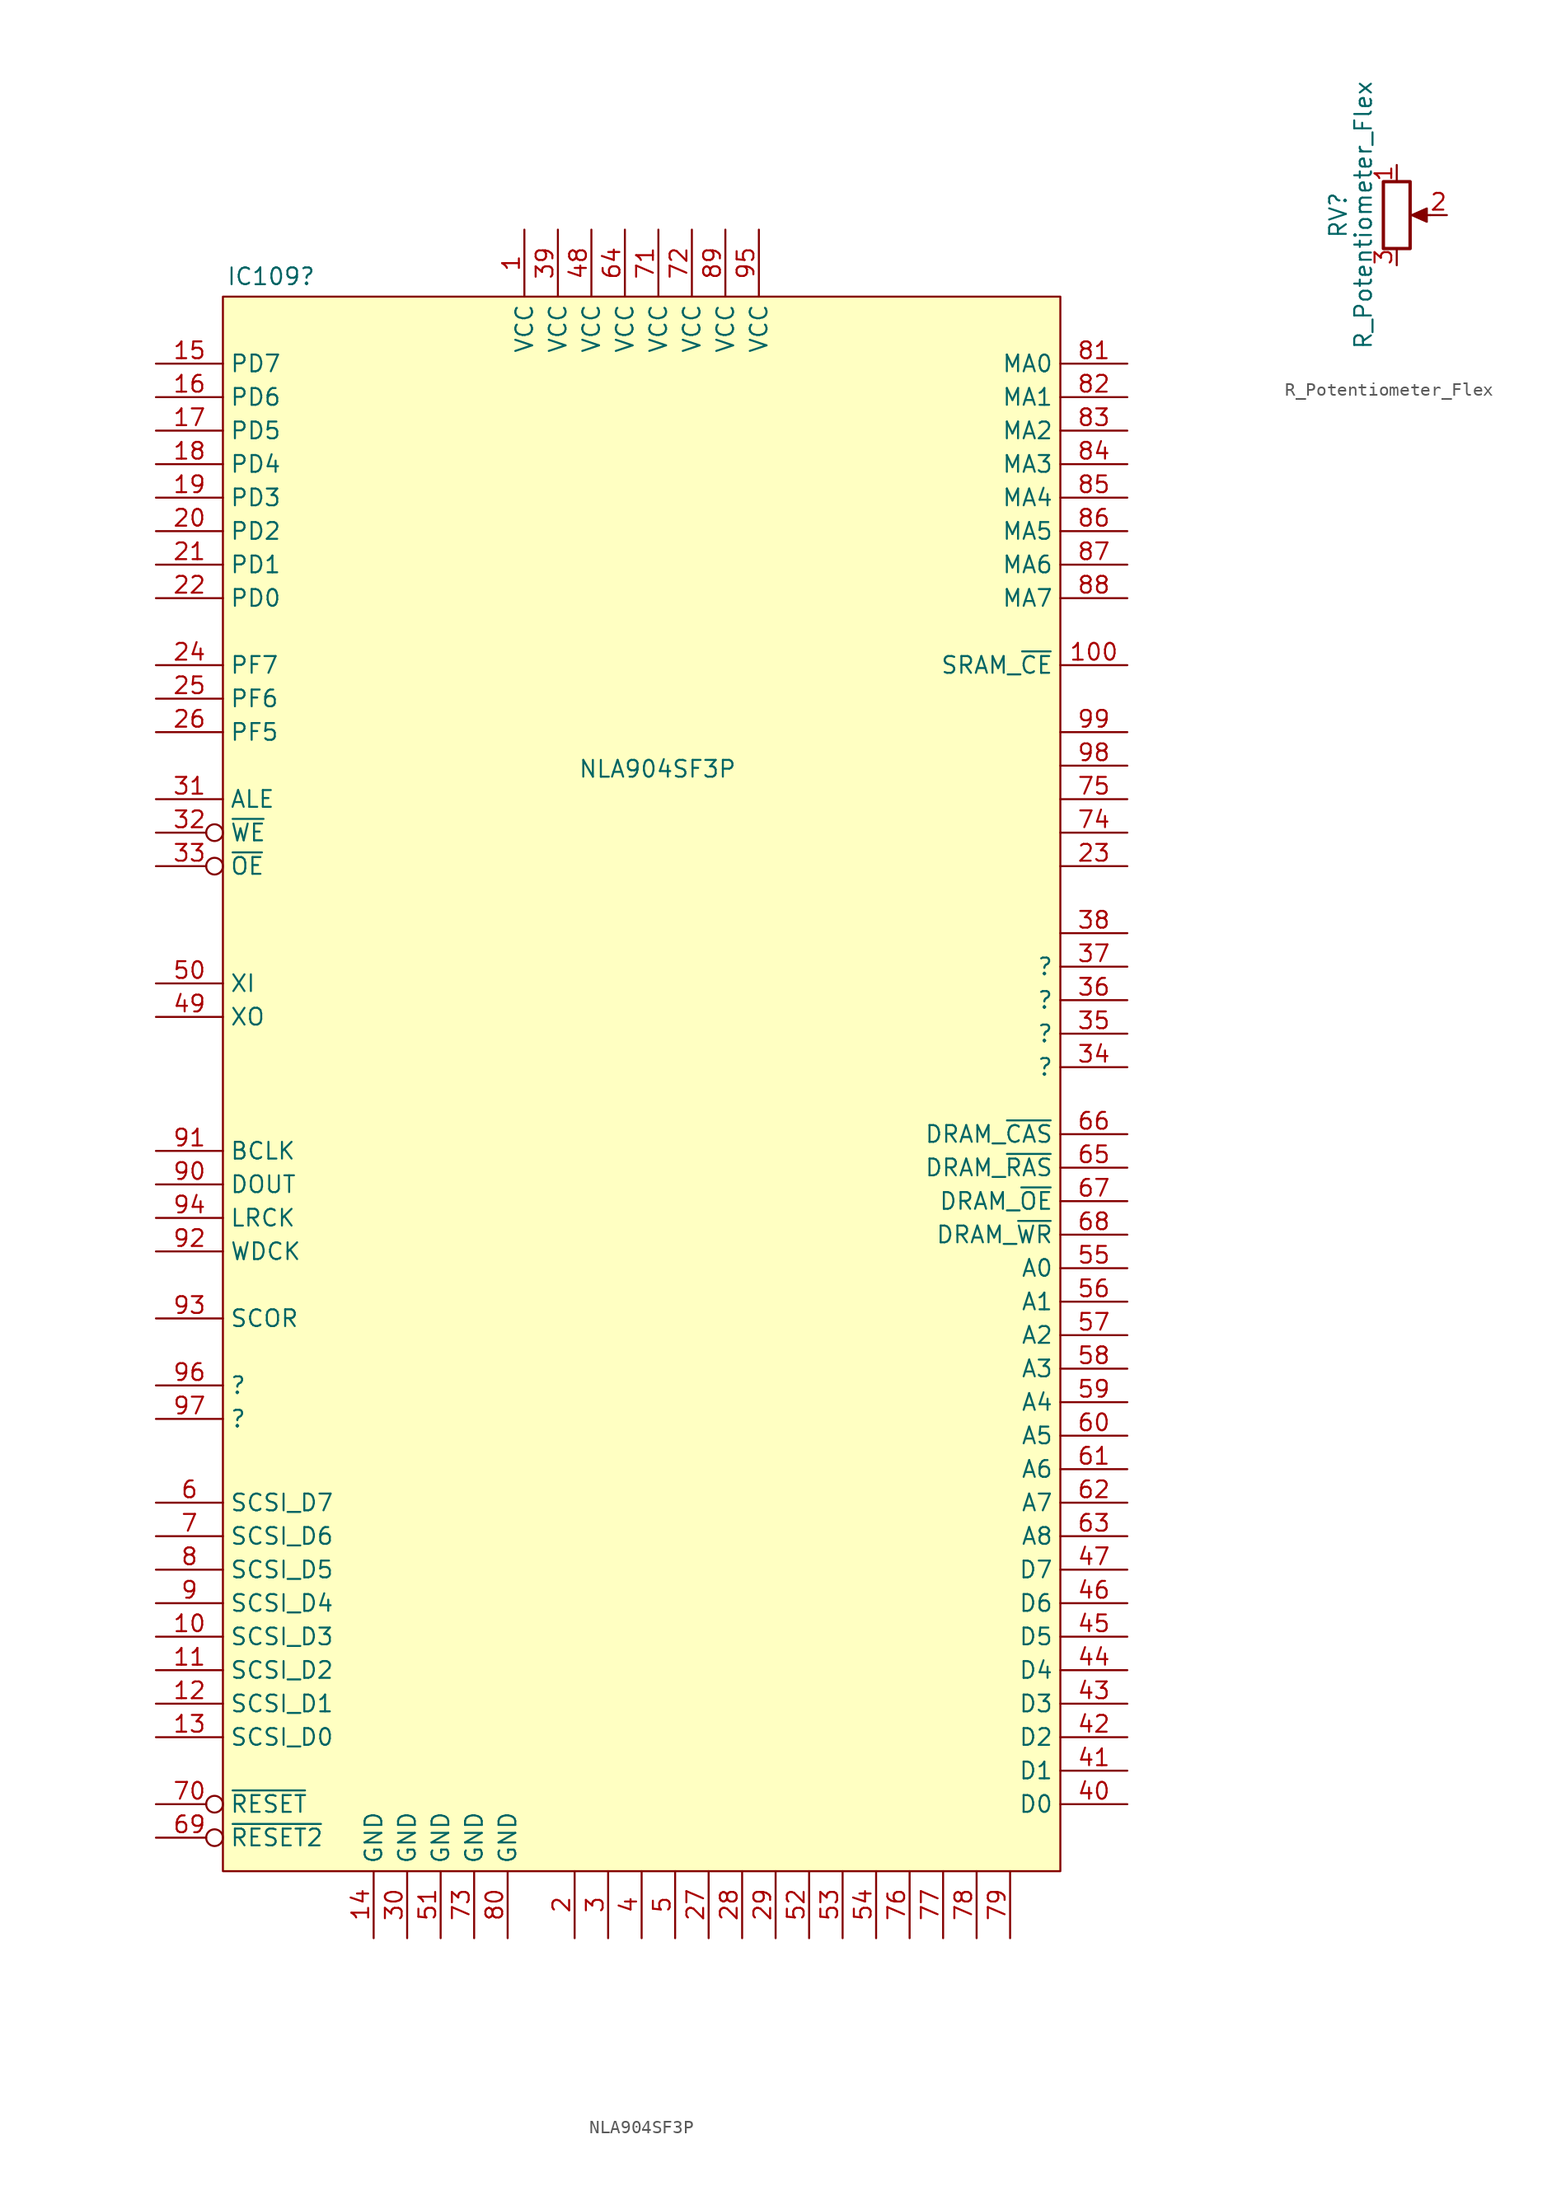
<source format=kicad_sym>
(kicad_symbol_lib
  (version 20231120)
  (generator "kicad_symbol_editor")
  (generator_version "8.0")
  (symbol "NLA904SF3P"
    (property "Reference" "IC109"
      (at -31.496 61.214 0)
      (effects (font (size 1.27 1.27)) (justify left)))
    (property "Value" "NLA904SF3P"
      (at -4.826 23.876 0)
      (effects (font (size 1.27 1.27)) (justify left)))
    (symbol "NLA904SF3P_1_1"
      (rectangle (start -31.75 59.69) (end 31.75 -59.69) (stroke (width 0) (type default)) (fill (type background)))
      (pin power_in line (at -8.89 64.77 270) (length 5.08) (name "VCC" (effects (font (size 1.27 1.27)))) (number "1" (effects (font (size 1.27 1.27)))))
      (pin bidirectional line (at -36.83 -41.91 0) (length 5.08) (name "SCSI_D3" (effects (font (size 1.27 1.27)))) (number "10" (effects (font (size 1.27 1.27)))))
      (pin passive line (at 36.83 31.75 180) (length 5.08) (name "SRAM_~{CE}" (effects (font (size 1.27 1.27)))) (number "100" (effects (font (size 1.27 1.27)))))
      (pin bidirectional line (at -36.83 -44.45 0) (length 5.08) (name "SCSI_D2" (effects (font (size 1.27 1.27)))) (number "11" (effects (font (size 1.27 1.27)))))
      (pin bidirectional line (at -36.83 -46.99 0) (length 5.08) (name "SCSI_D1" (effects (font (size 1.27 1.27)))) (number "12" (effects (font (size 1.27 1.27)))))
      (pin bidirectional line (at -36.83 -49.53 0) (length 5.08) (name "SCSI_D0" (effects (font (size 1.27 1.27)))) (number "13" (effects (font (size 1.27 1.27)))))
      (pin power_in line (at -20.32 -64.77 90) (length 5.08) (name "GND" (effects (font (size 1.27 1.27)))) (number "14" (effects (font (size 1.27 1.27)))))
      (pin passive line (at -36.83 54.61 0) (length 5.08) (name "PD7" (effects (font (size 1.27 1.27)))) (number "15" (effects (font (size 1.27 1.27)))))
      (pin passive line (at -36.83 52.07 0) (length 5.08) (name "PD6" (effects (font (size 1.27 1.27)))) (number "16" (effects (font (size 1.27 1.27)))))
      (pin passive line (at -36.83 49.53 0) (length 5.08) (name "PD5" (effects (font (size 1.27 1.27)))) (number "17" (effects (font (size 1.27 1.27)))))
      (pin passive line (at -36.83 46.99 0) (length 5.08) (name "PD4" (effects (font (size 1.27 1.27)))) (number "18" (effects (font (size 1.27 1.27)))))
      (pin passive line (at -36.83 44.45 0) (length 5.08) (name "PD3" (effects (font (size 1.27 1.27)))) (number "19" (effects (font (size 1.27 1.27)))))
      (pin passive line (at -5.08 -64.77 90) (length 5.08) (name "" (effects (font (size 1.27 1.27)))) (number "2" (effects (font (size 1.27 1.27)))))
      (pin passive line (at -36.83 41.91 0) (length 5.08) (name "PD2" (effects (font (size 1.27 1.27)))) (number "20" (effects (font (size 1.27 1.27)))))
      (pin passive line (at -36.83 39.37 0) (length 5.08) (name "PD1" (effects (font (size 1.27 1.27)))) (number "21" (effects (font (size 1.27 1.27)))))
      (pin passive line (at -36.83 36.83 0) (length 5.08) (name "PD0" (effects (font (size 1.27 1.27)))) (number "22" (effects (font (size 1.27 1.27)))))
      (pin passive line (at 36.83 16.51 180) (length 5.08) (name "" (effects (font (size 1.27 1.27)))) (number "23" (effects (font (size 1.27 1.27)))))
      (pin passive line (at -36.83 31.75 0) (length 5.08) (name "PF7" (effects (font (size 1.27 1.27)))) (number "24" (effects (font (size 1.27 1.27)))))
      (pin passive line (at -36.83 29.21 0) (length 5.08) (name "PF6" (effects (font (size 1.27 1.27)))) (number "25" (effects (font (size 1.27 1.27)))))
      (pin passive line (at -36.83 26.67 0) (length 5.08) (name "PF5" (effects (font (size 1.27 1.27)))) (number "26" (effects (font (size 1.27 1.27)))))
      (pin passive line (at 5.08 -64.77 90) (length 5.08) (name "" (effects (font (size 1.27 1.27)))) (number "27" (effects (font (size 1.27 1.27)))))
      (pin passive line (at 7.62 -64.77 90) (length 5.08) (name "" (effects (font (size 1.27 1.27)))) (number "28" (effects (font (size 1.27 1.27)))))
      (pin passive line (at 10.16 -64.77 90) (length 5.08) (name "" (effects (font (size 1.27 1.27)))) (number "29" (effects (font (size 1.27 1.27)))))
      (pin passive line (at -2.54 -64.77 90) (length 5.08) (name "" (effects (font (size 1.27 1.27)))) (number "3" (effects (font (size 1.27 1.27)))))
      (pin power_in line (at -17.78 -64.77 90) (length 5.08) (name "GND" (effects (font (size 1.27 1.27)))) (number "30" (effects (font (size 1.27 1.27)))))
      (pin passive line (at -36.83 21.59 0) (length 5.08) (name "ALE" (effects (font (size 1.27 1.27)))) (number "31" (effects (font (size 1.27 1.27)))))
      (pin passive inverted (at -36.83 19.05 0) (length 5.08) (name "~{WE}" (effects (font (size 1.27 1.27)))) (number "32" (effects (font (size 1.27 1.27)))))
      (pin passive inverted (at -36.83 16.51 0) (length 5.08) (name "~{OE}" (effects (font (size 1.27 1.27)))) (number "33" (effects (font (size 1.27 1.27)))))
      (pin passive line (at 36.83 1.27 180) (length 5.08) (name "?" (effects (font (size 1.27 1.27)))) (number "34" (effects (font (size 1.27 1.27)))))
      (pin passive line (at 36.83 3.81 180) (length 5.08) (name "?" (effects (font (size 1.27 1.27)))) (number "35" (effects (font (size 1.27 1.27)))))
      (pin passive line (at 36.83 6.35 180) (length 5.08) (name "?" (effects (font (size 1.27 1.27)))) (number "36" (effects (font (size 1.27 1.27)))))
      (pin passive line (at 36.83 8.89 180) (length 5.08) (name "?" (effects (font (size 1.27 1.27)))) (number "37" (effects (font (size 1.27 1.27)))))
      (pin passive line (at 36.83 11.43 180) (length 5.08) (name "" (effects (font (size 1.27 1.27)))) (number "38" (effects (font (size 1.27 1.27)))))
      (pin passive line (at -6.35 64.77 270) (length 5.08) (name "VCC" (effects (font (size 1.27 1.27)))) (number "39" (effects (font (size 1.27 1.27)))))
      (pin passive line (at 0 -64.77 90) (length 5.08) (name "" (effects (font (size 1.27 1.27)))) (number "4" (effects (font (size 1.27 1.27)))))
      (pin bidirectional line (at 36.83 -54.61 180) (length 5.08) (name "D0" (effects (font (size 1.27 1.27)))) (number "40" (effects (font (size 1.27 1.27)))))
      (pin bidirectional line (at 36.83 -52.07 180) (length 5.08) (name "D1" (effects (font (size 1.27 1.27)))) (number "41" (effects (font (size 1.27 1.27)))))
      (pin bidirectional line (at 36.83 -49.53 180) (length 5.08) (name "D2" (effects (font (size 1.27 1.27)))) (number "42" (effects (font (size 1.27 1.27)))))
      (pin bidirectional line (at 36.83 -46.99 180) (length 5.08) (name "D3" (effects (font (size 1.27 1.27)))) (number "43" (effects (font (size 1.27 1.27)))))
      (pin bidirectional line (at 36.83 -44.45 180) (length 5.08) (name "D4" (effects (font (size 1.27 1.27)))) (number "44" (effects (font (size 1.27 1.27)))))
      (pin bidirectional line (at 36.83 -41.91 180) (length 5.08) (name "D5" (effects (font (size 1.27 1.27)))) (number "45" (effects (font (size 1.27 1.27)))))
      (pin bidirectional line (at 36.83 -39.37 180) (length 5.08) (name "D6" (effects (font (size 1.27 1.27)))) (number "46" (effects (font (size 1.27 1.27)))))
      (pin bidirectional line (at 36.83 -36.83 180) (length 5.08) (name "D7" (effects (font (size 1.27 1.27)))) (number "47" (effects (font (size 1.27 1.27)))))
      (pin power_in line (at -3.81 64.77 270) (length 5.08) (name "VCC" (effects (font (size 1.27 1.27)))) (number "48" (effects (font (size 1.27 1.27)))))
      (pin passive line (at -36.83 5.08 0) (length 5.08) (name "XO" (effects (font (size 1.27 1.27)))) (number "49" (effects (font (size 1.27 1.27)))))
      (pin passive line (at 2.54 -64.77 90) (length 5.08) (name "" (effects (font (size 1.27 1.27)))) (number "5" (effects (font (size 1.27 1.27)))))
      (pin passive line (at -36.83 7.62 0) (length 5.08) (name "XI" (effects (font (size 1.27 1.27)))) (number "50" (effects (font (size 1.27 1.27)))))
      (pin power_in line (at -15.24 -64.77 90) (length 5.08) (name "GND" (effects (font (size 1.27 1.27)))) (number "51" (effects (font (size 1.27 1.27)))))
      (pin passive line (at 12.7 -64.77 90) (length 5.08) (name "" (effects (font (size 1.27 1.27)))) (number "52" (effects (font (size 1.27 1.27)))))
      (pin passive line (at 15.24 -64.77 90) (length 5.08) (name "" (effects (font (size 1.27 1.27)))) (number "53" (effects (font (size 1.27 1.27)))))
      (pin passive line (at 17.78 -64.77 90) (length 5.08) (name "" (effects (font (size 1.27 1.27)))) (number "54" (effects (font (size 1.27 1.27)))))
      (pin passive line (at 36.83 -13.97 180) (length 5.08) (name "A0" (effects (font (size 1.27 1.27)))) (number "55" (effects (font (size 1.27 1.27)))))
      (pin passive line (at 36.83 -16.51 180) (length 5.08) (name "A1" (effects (font (size 1.27 1.27)))) (number "56" (effects (font (size 1.27 1.27)))))
      (pin passive line (at 36.83 -19.05 180) (length 5.08) (name "A2" (effects (font (size 1.27 1.27)))) (number "57" (effects (font (size 1.27 1.27)))))
      (pin passive line (at 36.83 -21.59 180) (length 5.08) (name "A3" (effects (font (size 1.27 1.27)))) (number "58" (effects (font (size 1.27 1.27)))))
      (pin passive line (at 36.83 -24.13 180) (length 5.08) (name "A4" (effects (font (size 1.27 1.27)))) (number "59" (effects (font (size 1.27 1.27)))))
      (pin bidirectional line (at -36.83 -31.75 0) (length 5.08) (name "SCSI_D7" (effects (font (size 1.27 1.27)))) (number "6" (effects (font (size 1.27 1.27)))))
      (pin passive line (at 36.83 -26.67 180) (length 5.08) (name "A5" (effects (font (size 1.27 1.27)))) (number "60" (effects (font (size 1.27 1.27)))))
      (pin passive line (at 36.83 -29.21 180) (length 5.08) (name "A6" (effects (font (size 1.27 1.27)))) (number "61" (effects (font (size 1.27 1.27)))))
      (pin passive line (at 36.83 -31.75 180) (length 5.08) (name "A7" (effects (font (size 1.27 1.27)))) (number "62" (effects (font (size 1.27 1.27)))))
      (pin passive line (at 36.83 -34.29 180) (length 5.08) (name "A8" (effects (font (size 1.27 1.27)))) (number "63" (effects (font (size 1.27 1.27)))))
      (pin passive line (at -1.27 64.77 270) (length 5.08) (name "VCC" (effects (font (size 1.27 1.27)))) (number "64" (effects (font (size 1.27 1.27)))))
      (pin output line (at 36.83 -6.35 180) (length 5.08) (name "DRAM_~{RAS}" (effects (font (size 1.27 1.27)))) (number "65" (effects (font (size 1.27 1.27)))))
      (pin output line (at 36.83 -3.81 180) (length 5.08) (name "DRAM_~{CAS}" (effects (font (size 1.27 1.27)))) (number "66" (effects (font (size 1.27 1.27)))))
      (pin output line (at 36.83 -8.89 180) (length 5.08) (name "DRAM_~{OE}" (effects (font (size 1.27 1.27)))) (number "67" (effects (font (size 1.27 1.27)))))
      (pin output line (at 36.83 -11.43 180) (length 5.08) (name "DRAM_~{WR}" (effects (font (size 1.27 1.27)))) (number "68" (effects (font (size 1.27 1.27)))))
      (pin passive inverted (at -36.83 -57.15 0) (length 5.08) (name "~{RESET2}" (effects (font (size 1.27 1.27)))) (number "69" (effects (font (size 1.27 1.27)))))
      (pin bidirectional line (at -36.83 -34.29 0) (length 5.08) (name "SCSI_D6" (effects (font (size 1.27 1.27)))) (number "7" (effects (font (size 1.27 1.27)))))
      (pin passive inverted (at -36.83 -54.61 0) (length 5.08) (name "~{RESET}" (effects (font (size 1.27 1.27)))) (number "70" (effects (font (size 1.27 1.27)))))
      (pin power_in line (at 1.27 64.77 270) (length 5.08) (name "VCC" (effects (font (size 1.27 1.27)))) (number "71" (effects (font (size 1.27 1.27)))))
      (pin passive line (at 3.81 64.77 270) (length 5.08) (name "VCC" (effects (font (size 1.27 1.27)))) (number "72" (effects (font (size 1.27 1.27)))))
      (pin power_in line (at -12.7 -64.77 90) (length 5.08) (name "GND" (effects (font (size 1.27 1.27)))) (number "73" (effects (font (size 1.27 1.27)))))
      (pin passive line (at 36.83 19.05 180) (length 5.08) (name "" (effects (font (size 1.27 1.27)))) (number "74" (effects (font (size 1.27 1.27)))))
      (pin passive line (at 36.83 21.59 180) (length 5.08) (name "" (effects (font (size 1.27 1.27)))) (number "75" (effects (font (size 1.27 1.27)))))
      (pin passive line (at 20.32 -64.77 90) (length 5.08) (name "" (effects (font (size 1.27 1.27)))) (number "76" (effects (font (size 1.27 1.27)))))
      (pin passive line (at 22.86 -64.77 90) (length 5.08) (name "" (effects (font (size 1.27 1.27)))) (number "77" (effects (font (size 1.27 1.27)))))
      (pin passive line (at 25.4 -64.77 90) (length 5.08) (name "" (effects (font (size 1.27 1.27)))) (number "78" (effects (font (size 1.27 1.27)))))
      (pin passive line (at 27.94 -64.77 90) (length 5.08) (name "" (effects (font (size 1.27 1.27)))) (number "79" (effects (font (size 1.27 1.27)))))
      (pin bidirectional line (at -36.83 -36.83 0) (length 5.08) (name "SCSI_D5" (effects (font (size 1.27 1.27)))) (number "8" (effects (font (size 1.27 1.27)))))
      (pin power_in line (at -10.16 -64.77 90) (length 5.08) (name "GND" (effects (font (size 1.27 1.27)))) (number "80" (effects (font (size 1.27 1.27)))))
      (pin output line (at 36.83 54.61 180) (length 5.08) (name "MA0" (effects (font (size 1.27 1.27)))) (number "81" (effects (font (size 1.27 1.27)))))
      (pin output line (at 36.83 52.07 180) (length 5.08) (name "MA1" (effects (font (size 1.27 1.27)))) (number "82" (effects (font (size 1.27 1.27)))))
      (pin output line (at 36.83 49.53 180) (length 5.08) (name "MA2" (effects (font (size 1.27 1.27)))) (number "83" (effects (font (size 1.27 1.27)))))
      (pin output line (at 36.83 46.99 180) (length 5.08) (name "MA3" (effects (font (size 1.27 1.27)))) (number "84" (effects (font (size 1.27 1.27)))))
      (pin output line (at 36.83 44.45 180) (length 5.08) (name "MA4" (effects (font (size 1.27 1.27)))) (number "85" (effects (font (size 1.27 1.27)))))
      (pin output line (at 36.83 41.91 180) (length 5.08) (name "MA5" (effects (font (size 1.27 1.27)))) (number "86" (effects (font (size 1.27 1.27)))))
      (pin output line (at 36.83 39.37 180) (length 5.08) (name "MA6" (effects (font (size 1.27 1.27)))) (number "87" (effects (font (size 1.27 1.27)))))
      (pin output line (at 36.83 36.83 180) (length 5.08) (name "MA7" (effects (font (size 1.27 1.27)))) (number "88" (effects (font (size 1.27 1.27)))))
      (pin power_in line (at 6.35 64.77 270) (length 5.08) (name "VCC" (effects (font (size 1.27 1.27)))) (number "89" (effects (font (size 1.27 1.27)))))
      (pin bidirectional line (at -36.83 -39.37 0) (length 5.08) (name "SCSI_D4" (effects (font (size 1.27 1.27)))) (number "9" (effects (font (size 1.27 1.27)))))
      (pin input line (at -36.83 -7.62 0) (length 5.08) (name "DOUT" (effects (font (size 1.27 1.27)))) (number "90" (effects (font (size 1.27 1.27)))))
      (pin input line (at -36.83 -5.08 0) (length 5.08) (name "BCLK" (effects (font (size 1.27 1.27)))) (number "91" (effects (font (size 1.27 1.27)))))
      (pin input line (at -36.83 -12.7 0) (length 5.08) (name "WDCK" (effects (font (size 1.27 1.27)))) (number "92" (effects (font (size 1.27 1.27)))))
      (pin input line (at -36.83 -17.78 0) (length 5.08) (name "SCOR" (effects (font (size 1.27 1.27)))) (number "93" (effects (font (size 1.27 1.27)))))
      (pin input line (at -36.83 -10.16 0) (length 5.08) (name "LRCK" (effects (font (size 1.27 1.27)))) (number "94" (effects (font (size 1.27 1.27)))))
      (pin passive line (at 8.89 64.77 270) (length 5.08) (name "VCC" (effects (font (size 1.27 1.27)))) (number "95" (effects (font (size 1.27 1.27)))))
      (pin input line (at -36.83 -22.86 0) (length 5.08) (name "?" (effects (font (size 1.27 1.27)))) (number "96" (effects (font (size 1.27 1.27)))))
      (pin input line (at -36.83 -25.4 0) (length 5.08) (name "?" (effects (font (size 1.27 1.27)))) (number "97" (effects (font (size 1.27 1.27)))))
      (pin passive line (at 36.83 24.13 180) (length 5.08) (name "" (effects (font (size 1.27 1.27)))) (number "98" (effects (font (size 1.27 1.27)))))
      (pin passive line (at 36.83 26.67 180) (length 5.08) (name "" (effects (font (size 1.27 1.27)))) (number "99" (effects (font (size 1.27 1.27)))))))
  (symbol "R_Potentiometer_Flex"
    (pin_names
      (offset 1.016) hide)
    (property "Reference" "RV"
      (at -4.445 0 90)
      (effects (font (size 1.27 1.27))))
    (property "Value" "R_Potentiometer_Flex"
      (at -2.54 0 90)
      (effects (font (size 1.27 1.27))))
    (symbol "R_Potentiometer_Flex_0_1"
      (polyline (pts (xy 2.54 0) (xy 1.524 0)) (stroke (width 0) (type default)) (fill (type none)))
      (polyline (pts (xy 1.143 0) (xy 2.286 0.508) (xy 2.286 -0.508) (xy 1.143 0)) (stroke (width 0) (type default)) (fill (type outline)))
      (rectangle (start 1.016 2.54) (end -1.016 -2.54) (stroke (width 0.254) (type default)) (fill (type none))))
    (symbol "R_Potentiometer_Flex_1_1"
      (pin passive line (at 0 3.81 270) (length 1.27) (name "1" (effects (font (size 1.27 1.27)))) (number "1" (effects (font (size 1.27 1.27)))))
      (pin passive line (at 3.81 0 180) (length 1.27) (name "2" (effects (font (size 1.27 1.27)))) (number "2" (effects (font (size 1.27 1.27)))))
      (pin passive line (at 0 -3.81 90) (length 1.27) (name "3" (effects (font (size 1.27 1.27)))) (number "3" (effects (font (size 1.27 1.27))))))))
</source>
